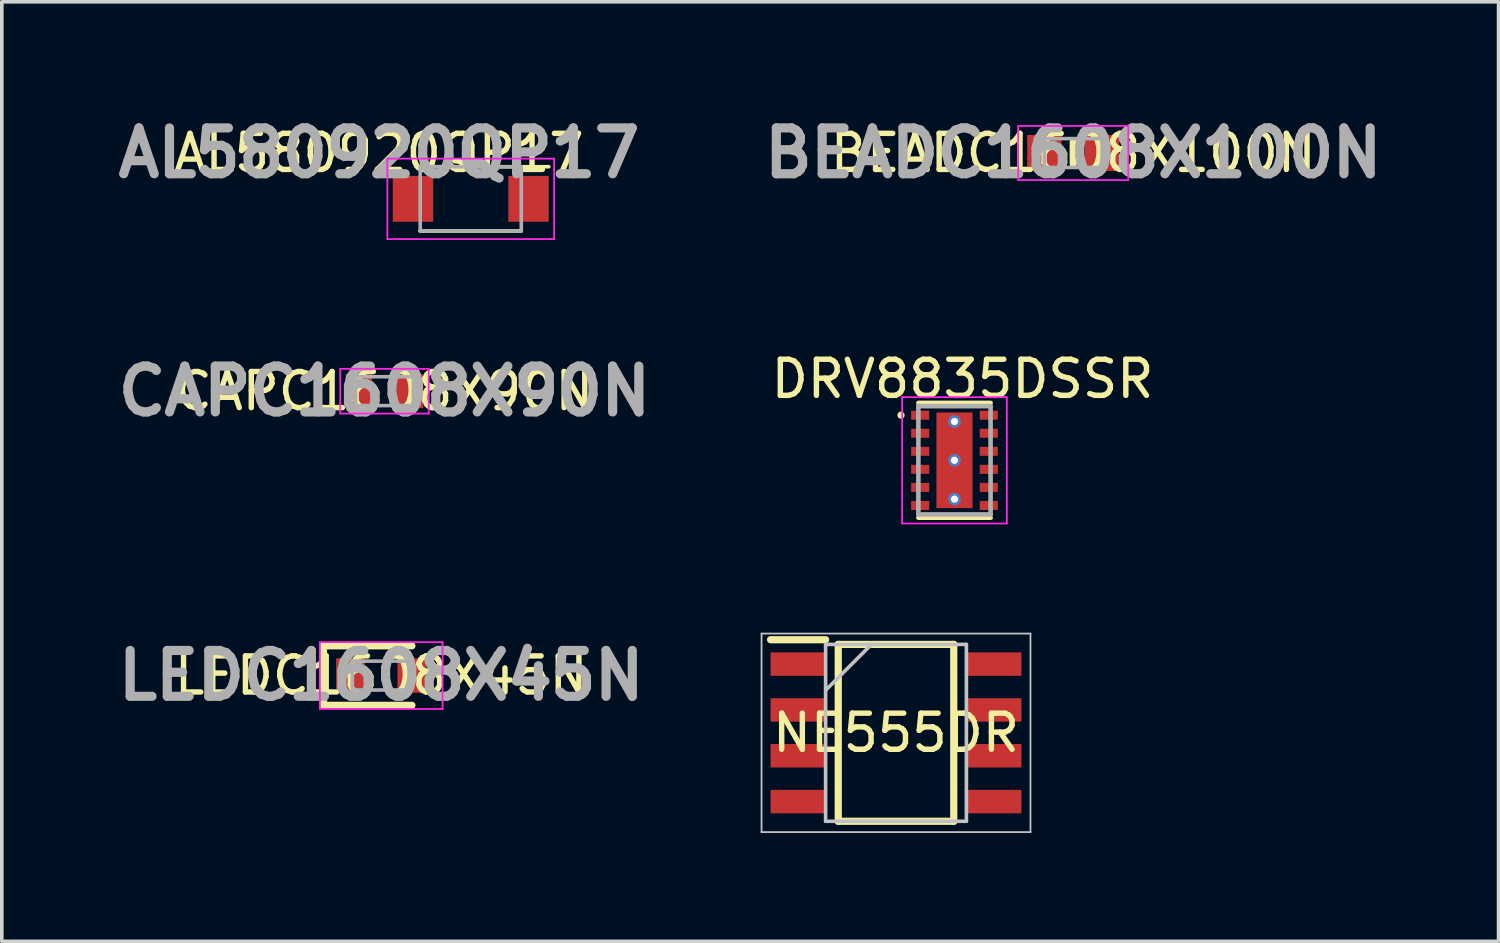
<source format=kicad_pcb>
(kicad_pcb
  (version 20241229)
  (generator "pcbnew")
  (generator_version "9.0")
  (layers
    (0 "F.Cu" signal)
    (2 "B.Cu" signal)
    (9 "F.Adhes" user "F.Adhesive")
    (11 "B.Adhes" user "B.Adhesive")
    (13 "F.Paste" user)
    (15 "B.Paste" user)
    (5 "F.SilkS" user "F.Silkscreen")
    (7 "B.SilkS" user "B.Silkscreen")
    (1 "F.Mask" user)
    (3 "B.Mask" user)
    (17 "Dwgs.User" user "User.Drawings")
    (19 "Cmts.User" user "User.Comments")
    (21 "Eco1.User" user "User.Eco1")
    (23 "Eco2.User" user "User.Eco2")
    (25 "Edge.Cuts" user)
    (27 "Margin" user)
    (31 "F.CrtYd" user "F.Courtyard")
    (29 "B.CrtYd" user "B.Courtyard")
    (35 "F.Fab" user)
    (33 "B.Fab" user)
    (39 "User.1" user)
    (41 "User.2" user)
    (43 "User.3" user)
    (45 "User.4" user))
  (footprint "BEADC1608X100N"
    (layer "F.Cu")
    (at 26.682 1.189)
    (property "Reference" "BEADC1608X100N" (at 0 0 0) (layer "F.SilkS") (effects (font (size 1 1) (thickness 0.15))))
    (attr smd)
    (fp_line (start 0 -0.3) (end 0 0.3) (stroke (width 0.2) (type solid)) (layer "F.SilkS"))
    (fp_line (start -1.525 -0.75) (end 1.525 -0.75) (stroke (width 0.05) (type solid)) (layer "F.CrtYd"))
    (fp_line (start -1.525 0.75) (end -1.525 -0.75) (stroke (width 0.05) (type solid)) (layer "F.CrtYd"))
    (fp_line (start 1.525 -0.75) (end 1.525 0.75) (stroke (width 0.05) (type solid)) (layer "F.CrtYd"))
    (fp_line (start 1.525 0.75) (end -1.525 0.75) (stroke (width 0.05) (type solid)) (layer "F.CrtYd"))
    (fp_line (start -0.8 -0.4) (end 0.8 -0.4) (stroke (width 0.1) (type solid)) (layer "F.Fab"))
    (fp_line (start -0.8 0.4) (end -0.8 -0.4) (stroke (width 0.1) (type solid)) (layer "F.Fab"))
    (fp_line (start 0.8 -0.4) (end 0.8 0.4) (stroke (width 0.1) (type solid)) (layer "F.Fab"))
    (fp_line (start 0.8 0.4) (end -0.8 0.4) (stroke (width 0.1) (type solid)) (layer "F.Fab"))
    (fp_text user "${REFERENCE}" (at 0 0 0) (layer "F.Fab") (effects (font (size 1.27 1.27) (thickness 0.254))))
    (pad "1" smd rect (at -0.8 0) (size 0.95 1) (layers "F.Cu" "F.Mask" "F.Paste"))
    (pad "2" smd rect (at 0.8 0) (size 0.95 1) (layers "F.Cu" "F.Mask" "F.Paste")))
  (footprint "LEDC1608X45N"
    (layer "F.Cu")
    (at 7.511 15.665)
    (property "Reference" "LEDC1608X45N" (at 0 0 0) (layer "F.SilkS") (effects (font (size 1 1) (thickness 0.15))))
    (attr smd)
    (fp_line (start -1.6 -0.825) (end -1.6 0.825) (stroke (width 0.2) (type solid)) (layer "F.SilkS"))
    (fp_line (start -1.6 0.825) (end 0.85 0.825) (stroke (width 0.2) (type solid)) (layer "F.SilkS"))
    (fp_line (start 0.85 -0.825) (end -1.6 -0.825) (stroke (width 0.2) (type solid)) (layer "F.SilkS"))
    (fp_line (start -1.7 -0.925) (end 1.7 -0.925) (stroke (width 0.05) (type solid)) (layer "F.CrtYd"))
    (fp_line (start -1.7 0.925) (end -1.7 -0.925) (stroke (width 0.05) (type solid)) (layer "F.CrtYd"))
    (fp_line (start 1.7 -0.925) (end 1.7 0.925) (stroke (width 0.05) (type solid)) (layer "F.CrtYd"))
    (fp_line (start 1.7 0.925) (end -1.7 0.925) (stroke (width 0.05) (type solid)) (layer "F.CrtYd"))
    (fp_line (start -0.8 -0.4) (end 0.8 -0.4) (stroke (width 0.1) (type solid)) (layer "F.Fab"))
    (fp_line (start -0.8 -0.133) (end -0.533 -0.4) (stroke (width 0.1) (type solid)) (layer "F.Fab"))
    (fp_line (start -0.8 0.4) (end -0.8 -0.4) (stroke (width 0.1) (type solid)) (layer "F.Fab"))
    (fp_line (start 0.8 -0.4) (end 0.8 0.4) (stroke (width 0.1) (type solid)) (layer "F.Fab"))
    (fp_line (start 0.8 0.4) (end -0.8 0.4) (stroke (width 0.1) (type solid)) (layer "F.Fab"))
    (fp_text user "${REFERENCE}" (at 0 0 0) (layer "F.Fab") (effects (font (size 1.27 1.27) (thickness 0.254))))
    (pad "1" smd rect (at -0.85 0) (size 0.8 0.95) (layers "F.Cu" "F.Mask" "F.Paste"))
    (pad "2" smd rect (at 0.85 0) (size 0.8 0.95) (layers "F.Cu" "F.Mask" "F.Paste")))
  (footprint "DRV8835DSSR"
    (layer "F.Cu")
    (at 23.392 9.702)
    (property "Reference" "DRV8835DSSR" (at 0.223 -2.255 0) (layer "F.SilkS") (effects (font (size 1 1) (thickness 0.15))))
    (attr through_hole)
    (fp_line (start -1 -1.59) (end 1 -1.59) (stroke (width 0.127) (type solid)) (layer "F.SilkS"))
    (fp_line (start -1 1.59) (end 1 1.59) (stroke (width 0.127) (type solid)) (layer "F.SilkS"))
    (fp_circle (center -1.481 -1.25) (end -1.431 -1.25) (stroke (width 0.1) (type solid)) (fill no) (layer "F.SilkS"))
    (fp_poly (pts (xy -0.475 0.1) (xy 0.475 0.1) (xy 0.475 1.271) (xy -0.475 1.271)) (stroke (width 0.01) (type solid)) (fill yes) (layer "F.Paste"))
    (fp_poly (pts (xy -0.475 -1.27) (xy 0.475 -1.27) (xy 0.475 -0.1) (xy -0.475 -0.1)) (stroke (width 0.01) (type solid)) (fill yes) (layer "F.Paste"))
    (fp_line (start -1.45 -1.75) (end -1.45 1.75) (stroke (width 0.05) (type solid)) (layer "F.CrtYd"))
    (fp_line (start -1.45 -1.75) (end 1.45 -1.75) (stroke (width 0.05) (type solid)) (layer "F.CrtYd"))
    (fp_line (start -1.45 1.75) (end 1.45 1.75) (stroke (width 0.05) (type solid)) (layer "F.CrtYd"))
    (fp_line (start 1.45 -1.75) (end 1.45 1.75) (stroke (width 0.05) (type solid)) (layer "F.CrtYd"))
    (fp_line (start -1 -1.5) (end -1 1.5) (stroke (width 0.127) (type solid)) (layer "F.Fab"))
    (fp_line (start -1 -1.5) (end 1 -1.5) (stroke (width 0.127) (type solid)) (layer "F.Fab"))
    (fp_line (start -1 1.5) (end 1 1.5) (stroke (width 0.127) (type solid)) (layer "F.Fab"))
    (fp_line (start 1 -1.5) (end 1 1.5) (stroke (width 0.127) (type solid)) (layer "F.Fab"))
    (pad "1" smd rect (at -0.95 -1.25) (size 0.5 0.25) (layers "F.Cu" "F.Mask" "F.Paste"))
    (pad "2" smd rect (at -0.95 -0.75) (size 0.5 0.25) (layers "F.Cu" "F.Mask" "F.Paste"))
    (pad "3" smd rect (at -0.95 -0.25) (size 0.5 0.25) (layers "F.Cu" "F.Mask" "F.Paste"))
    (pad "4" smd rect (at -0.95 0.25) (size 0.5 0.25) (layers "F.Cu" "F.Mask" "F.Paste"))
    (pad "5" smd rect (at -0.95 0.75) (size 0.5 0.25) (layers "F.Cu" "F.Mask" "F.Paste"))
    (pad "6" smd rect (at -0.95 1.25) (size 0.5 0.25) (layers "F.Cu" "F.Mask" "F.Paste"))
    (pad "7" smd rect (at 0.95 1.25) (size 0.5 0.25) (layers "F.Cu" "F.Mask" "F.Paste"))
    (pad "8" smd rect (at 0.95 0.75) (size 0.5 0.25) (layers "F.Cu" "F.Mask" "F.Paste"))
    (pad "9" smd rect (at 0.95 0.25) (size 0.5 0.25) (layers "F.Cu" "F.Mask" "F.Paste"))
    (pad "10" smd rect (at 0.95 -0.25) (size 0.5 0.25) (layers "F.Cu" "F.Mask" "F.Paste"))
    (pad "11" smd rect (at 0.95 -0.75) (size 0.5 0.25) (layers "F.Cu" "F.Mask" "F.Paste"))
    (pad "12" smd rect (at 0.95 -1.25) (size 0.5 0.25) (layers "F.Cu" "F.Mask" "F.Paste"))
    (pad "13" smd rect (at 0 0) (size 1 2.65) (layers "F.Cu" "F.Mask"))
    (pad "13.1" thru_hole circle (at 0 -1.075) (size 0.35 0.35) (drill 0.2) (layers "*.Cu" "*.Mask"))
    (pad "13.2" thru_hole circle (at 0 0) (size 0.35 0.35) (drill 0.2) (layers "*.Cu" "*.Mask"))
    (pad "13.3" thru_hole circle (at 0 1.075) (size 0.35 0.35) (drill 0.2) (layers "*.Cu" "*.Mask")))
  (footprint "AL580920QP17"
    (layer "F.Cu")
    (at 9.991 2.459)
    (property "Reference" "AL580920QP17" (at -2.54 -1.27 0) (layer "F.SilkS") (effects (font (size 1 1) (thickness 0.15))))
    (attr smd)
    (fp_line (start -1.4 0.89) (end 1.4 0.89) (stroke (width 0.1) (type solid)) (layer "F.SilkS"))
    (fp_line (start 2.16 -0.89) (end -1.4 -0.89) (stroke (width 0.1) (type solid)) (layer "F.SilkS"))
    (fp_line (start -2.31 -1.115) (end 2.31 -1.115) (stroke (width 0.05) (type solid)) (layer "F.CrtYd"))
    (fp_line (start -2.31 1.115) (end -2.31 -1.115) (stroke (width 0.05) (type solid)) (layer "F.CrtYd"))
    (fp_line (start 2.31 -1.115) (end 2.31 1.115) (stroke (width 0.05) (type solid)) (layer "F.CrtYd"))
    (fp_line (start 2.31 1.115) (end -2.31 1.115) (stroke (width 0.05) (type solid)) (layer "F.CrtYd"))
    (fp_line (start -1.4 -0.89) (end 1.4 -0.89) (stroke (width 0.1) (type solid)) (layer "F.Fab"))
    (fp_line (start -1.4 0.89) (end -1.4 -0.89) (stroke (width 0.1) (type solid)) (layer "F.Fab"))
    (fp_line (start 1.4 -0.89) (end 1.4 0.89) (stroke (width 0.1) (type solid)) (layer "F.Fab"))
    (fp_line (start 1.4 0.89) (end -1.4 0.89) (stroke (width 0.1) (type solid)) (layer "F.Fab"))
    (fp_text user "${REFERENCE}" (at -2.54 -1.27 0) (layer "F.Fab") (effects (font (size 1.27 1.27) (thickness 0.254))))
    (pad "1" smd rect (at 1.6 0) (size 1.12 1.27) (layers "F.Cu" "F.Mask" "F.Paste"))
    (pad "2" smd rect (at -1.6 0) (size 1.12 1.27) (layers "F.Cu" "F.Mask" "F.Paste")))
  (footprint "CAPC1608X90N"
    (layer "F.Cu")
    (at 7.602 7.787)
    (property "Reference" "CAPC1608X90N" (at 0 0 0) (layer "F.SilkS") (effects (font (size 1 1) (thickness 0.15))))
    (attr smd)
    (fp_line (start -1.225 -0.62) (end 1.225 -0.62) (stroke (width 0.05) (type solid)) (layer "F.CrtYd"))
    (fp_line (start -1.225 0.62) (end -1.225 -0.62) (stroke (width 0.05) (type solid)) (layer "F.CrtYd"))
    (fp_line (start 1.225 -0.62) (end 1.225 0.62) (stroke (width 0.05) (type solid)) (layer "F.CrtYd"))
    (fp_line (start 1.225 0.62) (end -1.225 0.62) (stroke (width 0.05) (type solid)) (layer "F.CrtYd"))
    (fp_line (start -0.8 -0.4) (end 0.8 -0.4) (stroke (width 0.1) (type solid)) (layer "F.Fab"))
    (fp_line (start -0.8 0.4) (end -0.8 -0.4) (stroke (width 0.1) (type solid)) (layer "F.Fab"))
    (fp_line (start 0.8 -0.4) (end 0.8 0.4) (stroke (width 0.1) (type solid)) (layer "F.Fab"))
    (fp_line (start 0.8 0.4) (end -0.8 0.4) (stroke (width 0.1) (type solid)) (layer "F.Fab"))
    (fp_text user "${REFERENCE}" (at 0 0 0) (layer "F.Fab") (effects (font (size 1.27 1.27) (thickness 0.254))))
    (pad "1" smd rect (at -0.71 0) (size 0.73 0.94) (layers "F.Cu" "F.Mask" "F.Paste"))
    (pad "2" smd rect (at 0.71 0) (size 0.73 0.94) (layers "F.Cu" "F.Mask" "F.Paste")))
  (footprint "NE555DR"
    (layer "F.Cu")
    (at 21.772 17.252)
    (property "Reference" "NE555DR" (at 0 0 0) (layer "F.SilkS") (effects (font (size 1 1) (thickness 0.15))))
    (attr smd)
    (fp_line (start -3.475 -2.58) (end -1.95 -2.58) (stroke (width 0.2) (type solid)) (layer "F.SilkS"))
    (fp_line (start -1.6 -2.45) (end 1.6 -2.45) (stroke (width 0.2) (type solid)) (layer "F.SilkS"))
    (fp_line (start -1.6 2.45) (end -1.6 -2.45) (stroke (width 0.2) (type solid)) (layer "F.SilkS"))
    (fp_line (start 1.6 -2.45) (end 1.6 2.45) (stroke (width 0.2) (type solid)) (layer "F.SilkS"))
    (fp_line (start 1.6 2.45) (end -1.6 2.45) (stroke (width 0.2) (type solid)) (layer "F.SilkS"))
    (fp_line (start -3.725 -2.75) (end 3.725 -2.75) (stroke (width 0.05) (type solid)) (layer "Dwgs.User"))
    (fp_line (start -3.725 2.75) (end -3.725 -2.75) (stroke (width 0.05) (type solid)) (layer "Dwgs.User"))
    (fp_line (start -1.95 -2.45) (end 1.95 -2.45) (stroke (width 0.1) (type solid)) (layer "Dwgs.User"))
    (fp_line (start -1.95 -1.18) (end -0.68 -2.45) (stroke (width 0.1) (type solid)) (layer "Dwgs.User"))
    (fp_line (start -1.95 2.45) (end -1.95 -2.45) (stroke (width 0.1) (type solid)) (layer "Dwgs.User"))
    (fp_line (start 1.95 -2.45) (end 1.95 2.45) (stroke (width 0.1) (type solid)) (layer "Dwgs.User"))
    (fp_line (start 1.95 2.45) (end -1.95 2.45) (stroke (width 0.1) (type solid)) (layer "Dwgs.User"))
    (fp_line (start 3.725 -2.75) (end 3.725 2.75) (stroke (width 0.05) (type solid)) (layer "Dwgs.User"))
    (fp_line (start 3.725 2.75) (end -3.725 2.75) (stroke (width 0.05) (type solid)) (layer "Dwgs.User"))
    (pad "1" smd rect (at -2.712 -1.905 90) (size 0.65 1.525) (layers "F.Cu" "F.Paste"))
    (pad "2" smd rect (at -2.712 -0.635 90) (size 0.65 1.525) (layers "F.Cu" "F.Paste"))
    (pad "3" smd rect (at -2.712 0.635 90) (size 0.65 1.525) (layers "F.Cu" "F.Paste"))
    (pad "4" smd rect (at -2.712 1.905 90) (size 0.65 1.525) (layers "F.Cu" "F.Paste"))
    (pad "5" smd rect (at 2.712 1.905 90) (size 0.65 1.525) (layers "F.Cu" "F.Paste"))
    (pad "6" smd rect (at 2.712 0.635 90) (size 0.65 1.525) (layers "F.Cu" "F.Paste"))
    (pad "7" smd rect (at 2.712 -0.635 90) (size 0.65 1.525) (layers "F.Cu" "F.Paste"))
    (pad "8" smd rect (at 2.712 -1.905 90) (size 0.65 1.525) (layers "F.Cu" "F.Paste")))
  (gr_rect
    (start -3 -3)
    (end 38.464 23.027)
    (stroke (width 0.1) (type default))
    (fill no)
    (layer "Edge.Cuts")))
</source>
